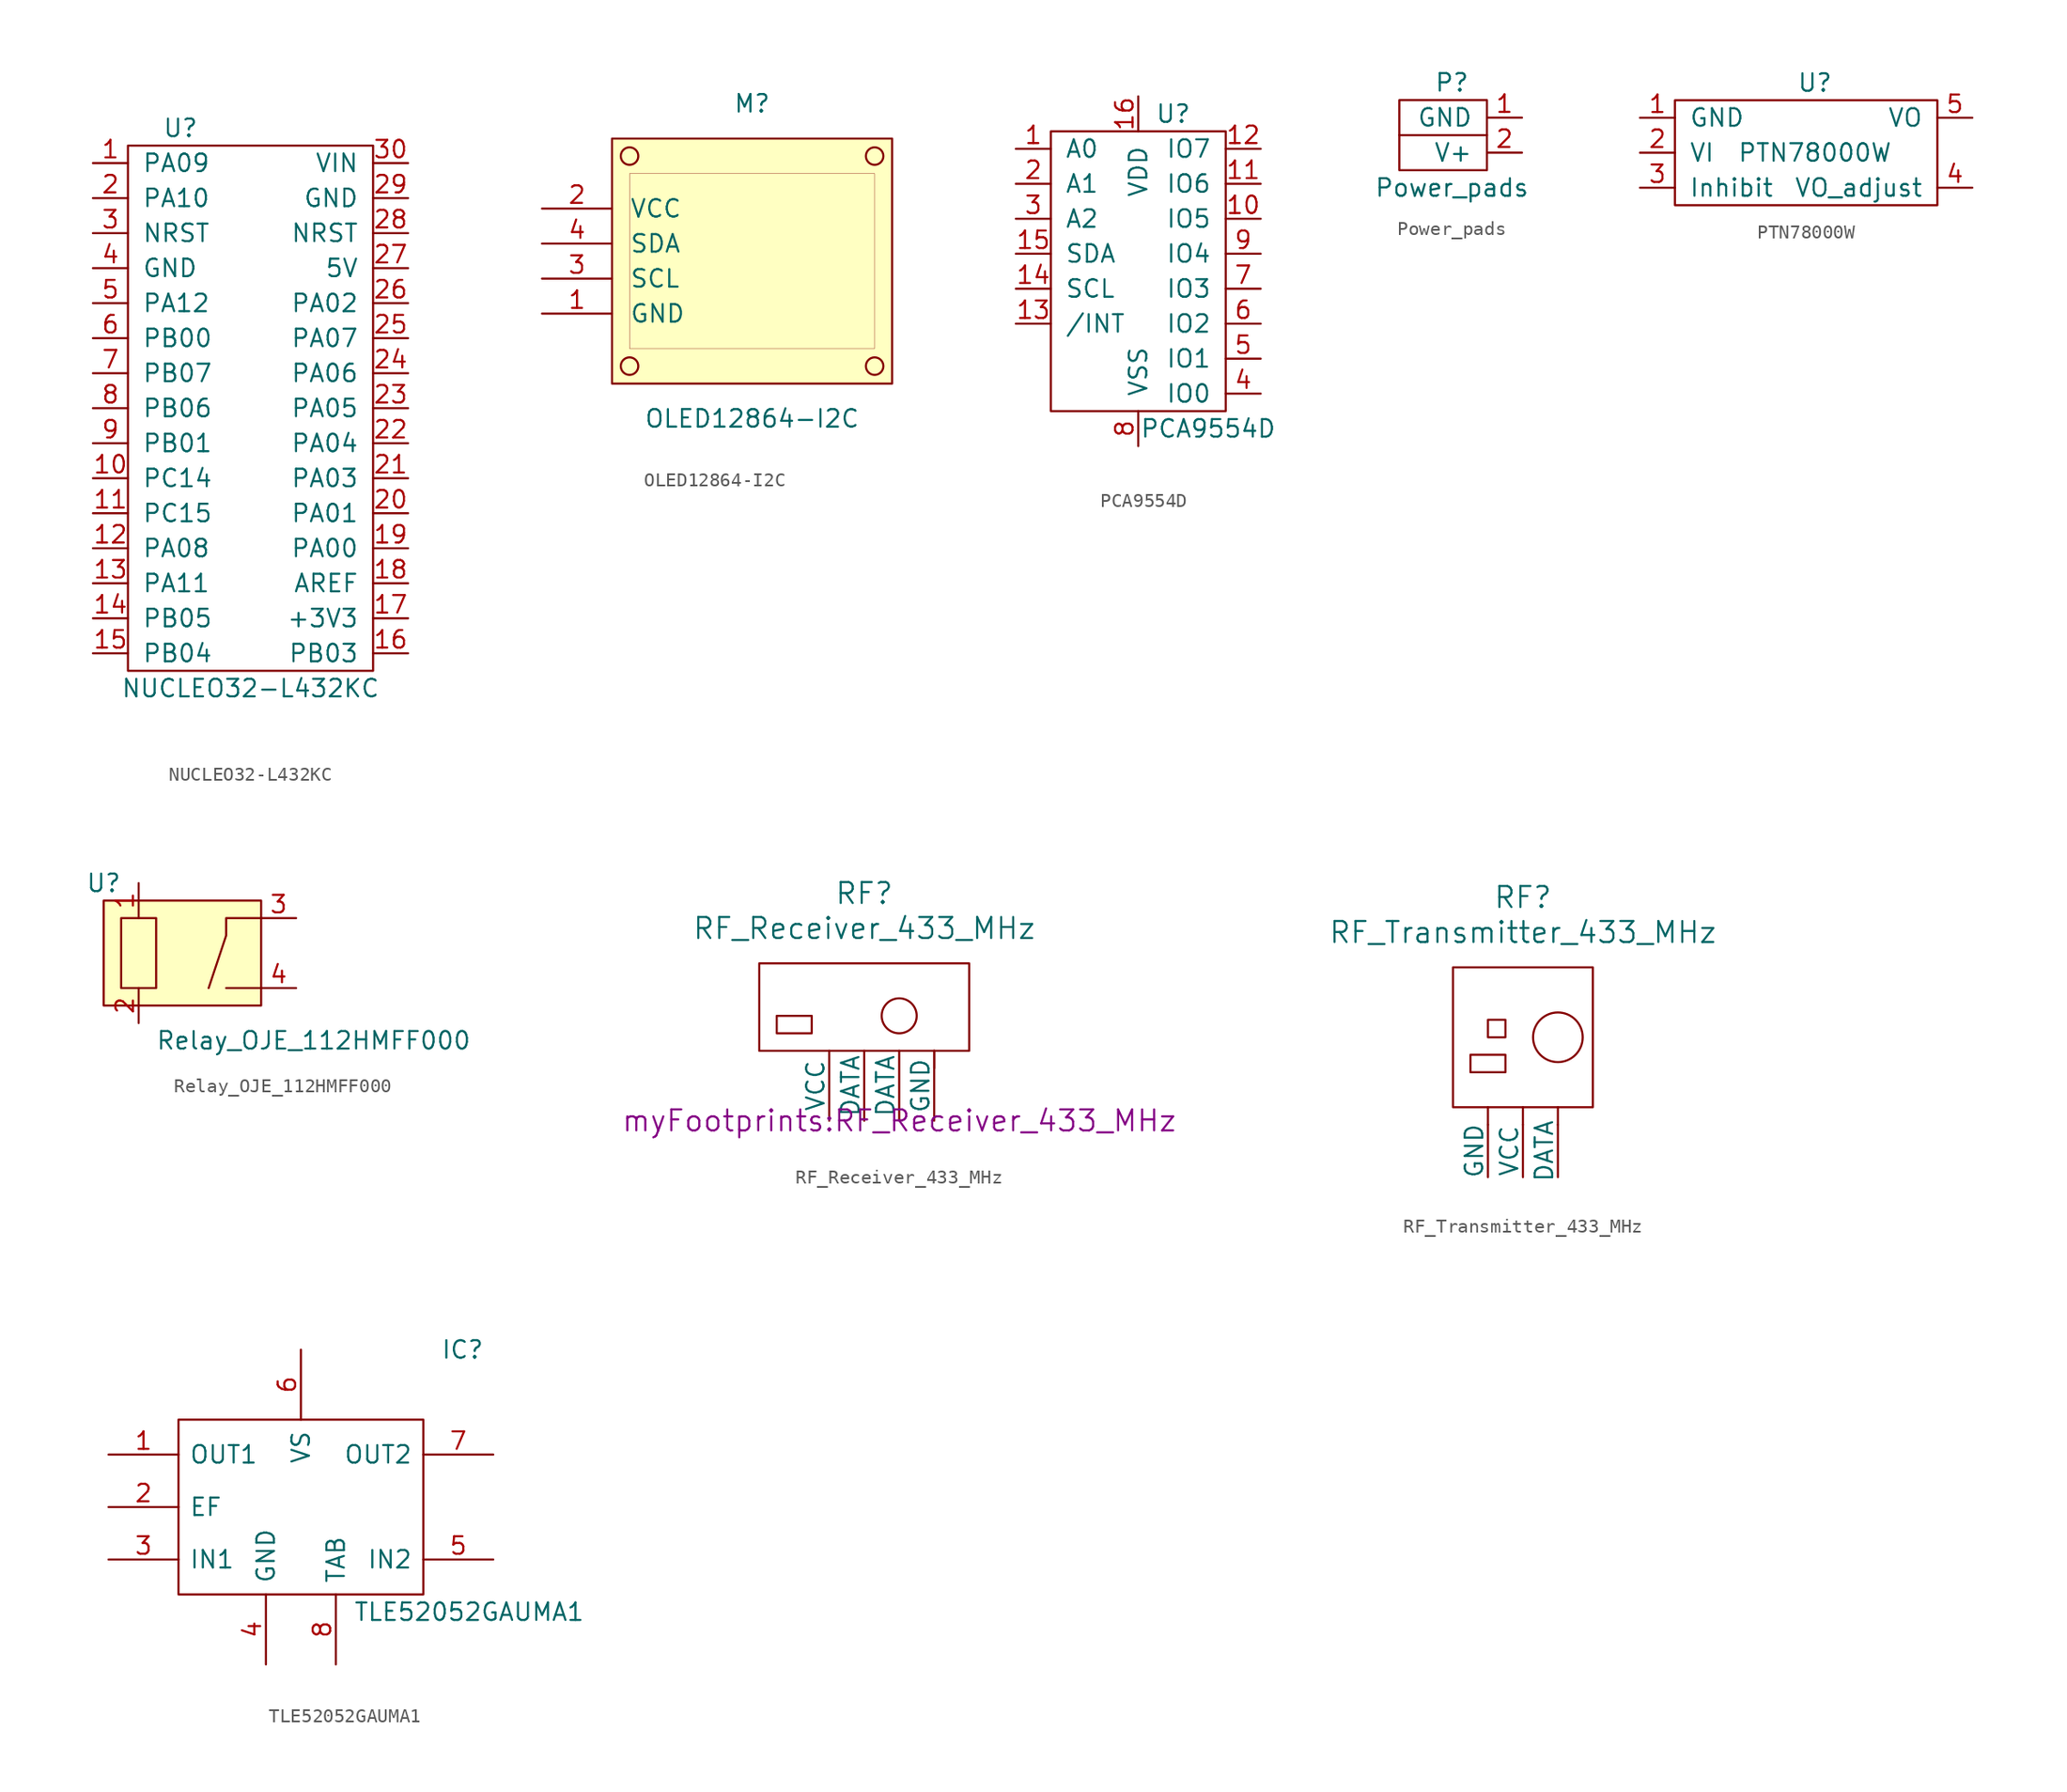
<source format=kicad_sym>
(kicad_symbol_lib
  (version 20220914)
  (generator kicad_symbol_editor)
  (symbol "NUCLEO32-L432KC"
    (pin_names
      (offset 1.016))
    (property "Reference" "U"
      (at -5.08 20.32 0)
      (effects (font (size 1.27 1.27))))
    (property "Value" "NUCLEO32-L432KC"
      (at 0 -20.32 0)
      (effects (font (size 1.27 1.27))))
    (symbol "NUCLEO32-L432KC_0_1"
      (rectangle (start -8.89 19.05) (end 8.89 -19.05) (stroke (width 0) (type default)) (fill (type none))))
    (symbol "NUCLEO32-L432KC_1_1"
      (pin bidirectional line (at -11.43 17.78 0) (length 2.54) (name "PA09" (effects (font (size 1.27 1.27)))) (number "1" (effects (font (size 1.27 1.27)))))
      (pin bidirectional line (at -11.43 -5.08 0) (length 2.54) (name "PC14" (effects (font (size 1.27 1.27)))) (number "10" (effects (font (size 1.27 1.27)))))
      (pin bidirectional line (at -11.43 -7.62 0) (length 2.54) (name "PC15" (effects (font (size 1.27 1.27)))) (number "11" (effects (font (size 1.27 1.27)))))
      (pin bidirectional line (at -11.43 -10.16 0) (length 2.54) (name "PA08" (effects (font (size 1.27 1.27)))) (number "12" (effects (font (size 1.27 1.27)))))
      (pin bidirectional line (at -11.43 -12.7 0) (length 2.54) (name "PA11" (effects (font (size 1.27 1.27)))) (number "13" (effects (font (size 1.27 1.27)))))
      (pin bidirectional line (at -11.43 -15.24 0) (length 2.54) (name "PB05" (effects (font (size 1.27 1.27)))) (number "14" (effects (font (size 1.27 1.27)))))
      (pin bidirectional line (at -11.43 -17.78 0) (length 2.54) (name "PB04" (effects (font (size 1.27 1.27)))) (number "15" (effects (font (size 1.27 1.27)))))
      (pin bidirectional line (at 11.43 -17.78 180) (length 2.54) (name "PB03" (effects (font (size 1.27 1.27)))) (number "16" (effects (font (size 1.27 1.27)))))
      (pin power_in line (at 11.43 -15.24 180) (length 2.54) (name "+3V3" (effects (font (size 1.27 1.27)))) (number "17" (effects (font (size 1.27 1.27)))))
      (pin input line (at 11.43 -12.7 180) (length 2.54) (name "AREF" (effects (font (size 1.27 1.27)))) (number "18" (effects (font (size 1.27 1.27)))))
      (pin bidirectional line (at 11.43 -10.16 180) (length 2.54) (name "PA00" (effects (font (size 1.27 1.27)))) (number "19" (effects (font (size 1.27 1.27)))))
      (pin bidirectional line (at -11.43 15.24 0) (length 2.54) (name "PA10" (effects (font (size 1.27 1.27)))) (number "2" (effects (font (size 1.27 1.27)))))
      (pin bidirectional line (at 11.43 -7.62 180) (length 2.54) (name "PA01" (effects (font (size 1.27 1.27)))) (number "20" (effects (font (size 1.27 1.27)))))
      (pin bidirectional line (at 11.43 -5.08 180) (length 2.54) (name "PA03" (effects (font (size 1.27 1.27)))) (number "21" (effects (font (size 1.27 1.27)))))
      (pin bidirectional line (at 11.43 -2.54 180) (length 2.54) (name "PA04" (effects (font (size 1.27 1.27)))) (number "22" (effects (font (size 1.27 1.27)))))
      (pin bidirectional line (at 11.43 0 180) (length 2.54) (name "PA05" (effects (font (size 1.27 1.27)))) (number "23" (effects (font (size 1.27 1.27)))))
      (pin bidirectional line (at 11.43 2.54 180) (length 2.54) (name "PA06" (effects (font (size 1.27 1.27)))) (number "24" (effects (font (size 1.27 1.27)))))
      (pin bidirectional line (at 11.43 5.08 180) (length 2.54) (name "PA07" (effects (font (size 1.27 1.27)))) (number "25" (effects (font (size 1.27 1.27)))))
      (pin bidirectional line (at 11.43 7.62 180) (length 2.54) (name "PA02" (effects (font (size 1.27 1.27)))) (number "26" (effects (font (size 1.27 1.27)))))
      (pin power_in line (at 11.43 10.16 180) (length 2.54) (name "5V" (effects (font (size 1.27 1.27)))) (number "27" (effects (font (size 1.27 1.27)))))
      (pin input line (at 11.43 12.7 180) (length 2.54) (name "NRST" (effects (font (size 1.27 1.27)))) (number "28" (effects (font (size 1.27 1.27)))))
      (pin power_in line (at 11.43 15.24 180) (length 2.54) (name "GND" (effects (font (size 1.27 1.27)))) (number "29" (effects (font (size 1.27 1.27)))))
      (pin input line (at -11.43 12.7 0) (length 2.54) (name "NRST" (effects (font (size 1.27 1.27)))) (number "3" (effects (font (size 1.27 1.27)))))
      (pin power_in line (at 11.43 17.78 180) (length 2.54) (name "VIN" (effects (font (size 1.27 1.27)))) (number "30" (effects (font (size 1.27 1.27)))))
      (pin power_in line (at -11.43 10.16 0) (length 2.54) (name "GND" (effects (font (size 1.27 1.27)))) (number "4" (effects (font (size 1.27 1.27)))))
      (pin bidirectional line (at -11.43 7.62 0) (length 2.54) (name "PA12" (effects (font (size 1.27 1.27)))) (number "5" (effects (font (size 1.27 1.27)))))
      (pin bidirectional line (at -11.43 5.08 0) (length 2.54) (name "PB00" (effects (font (size 1.27 1.27)))) (number "6" (effects (font (size 1.27 1.27)))))
      (pin bidirectional line (at -11.43 2.54 0) (length 2.54) (name "PB07" (effects (font (size 1.27 1.27)))) (number "7" (effects (font (size 1.27 1.27)))))
      (pin bidirectional line (at -11.43 0 0) (length 2.54) (name "PB06" (effects (font (size 1.27 1.27)))) (number "8" (effects (font (size 1.27 1.27)))))
      (pin bidirectional line (at -11.43 -2.54 0) (length 2.54) (name "PB01" (effects (font (size 1.27 1.27)))) (number "9" (effects (font (size 1.27 1.27)))))))
  (symbol "OLED12864-I2C"
    (pin_names
      (offset 1.27))
    (property "Reference" "M"
      (at 0 10.16 0)
      (effects (font (size 1.27 1.27))))
    (property "Value" "OLED12864-I2C"
      (at 0 -12.7 0)
      (effects (font (size 1.27 1.27))))
    (symbol "OLED12864-I2C_0_0"
      (pin power_in line (at -15.24 -5.08 0) (length 5.08) (name "GND" (effects (font (size 1.27 1.27)))) (number "1" (effects (font (size 1.27 1.27)))))
      (pin power_in line (at -15.24 2.54 0) (length 5.08) (name "VCC" (effects (font (size 1.27 1.27)))) (number "2" (effects (font (size 1.27 1.27)))))
      (pin bidirectional line (at -15.24 -2.54 0) (length 5.08) (name "SCL" (effects (font (size 1.27 1.27)))) (number "3" (effects (font (size 1.27 1.27)))))
      (pin bidirectional line (at -15.24 0 0) (length 5.08) (name "SDA" (effects (font (size 1.27 1.27)))) (number "4" (effects (font (size 1.27 1.27))))))
    (symbol "OLED12864-I2C_0_1"
      (rectangle (start -10.16 7.62) (end 10.16 -10.16) (stroke (width 0.152) (type default)) (fill (type background)))
      (circle (center -8.89 -8.89) (radius 0.635) (stroke (width 0) (type default)) (fill (type none)))
      (rectangle (start -8.89 5.08) (end 8.89 -7.62) (stroke (width 0.025) (type default)) (fill (type none)))
      (circle (center -8.89 6.35) (radius 0.635) (stroke (width 0) (type default)) (fill (type none)))
      (circle (center 8.89 -8.89) (radius 0.635) (stroke (width 0) (type default)) (fill (type none)))
      (circle (center 8.89 6.35) (radius 0.635) (stroke (width 0) (type default)) (fill (type none)))))
  (symbol "PCA9554D"
    (pin_names
      (offset 1.016))
    (property "Reference" "U"
      (at 2.54 11.43 0)
      (effects (font (size 1.27 1.27))))
    (property "Value" "PCA9554D"
      (at 5.08 -11.43 0)
      (effects (font (size 1.27 1.27))))
    (symbol "PCA9554D_0_1"
      (rectangle (start -6.35 10.16) (end 6.35 -10.16) (stroke (width 0) (type default)) (fill (type none))))
    (symbol "PCA9554D_1_1"
      (pin input line (at -8.89 8.89 0) (length 2.54) (name "A0" (effects (font (size 1.27 1.27)))) (number "1" (effects (font (size 1.27 1.27)))))
      (pin bidirectional line (at 8.89 3.81 180) (length 2.54) (name "IO5" (effects (font (size 1.27 1.27)))) (number "10" (effects (font (size 1.27 1.27)))))
      (pin bidirectional line (at 8.89 6.35 180) (length 2.54) (name "IO6" (effects (font (size 1.27 1.27)))) (number "11" (effects (font (size 1.27 1.27)))))
      (pin bidirectional line (at 8.89 8.89 180) (length 2.54) (name "IO7" (effects (font (size 1.27 1.27)))) (number "12" (effects (font (size 1.27 1.27)))))
      (pin output line (at -8.89 -3.81 0) (length 2.54) (name "/INT" (effects (font (size 1.27 1.27)))) (number "13" (effects (font (size 1.27 1.27)))))
      (pin open_collector line (at -8.89 -1.27 0) (length 2.54) (name "SCL" (effects (font (size 1.27 1.27)))) (number "14" (effects (font (size 1.27 1.27)))))
      (pin open_collector line (at -8.89 1.27 0) (length 2.54) (name "SDA" (effects (font (size 1.27 1.27)))) (number "15" (effects (font (size 1.27 1.27)))))
      (pin power_in line (at 0 12.7 270) (length 2.54) (name "VDD" (effects (font (size 1.27 1.27)))) (number "16" (effects (font (size 1.27 1.27)))))
      (pin input line (at -8.89 6.35 0) (length 2.54) (name "A1" (effects (font (size 1.27 1.27)))) (number "2" (effects (font (size 1.27 1.27)))))
      (pin input line (at -8.89 3.81 0) (length 2.54) (name "A2" (effects (font (size 1.27 1.27)))) (number "3" (effects (font (size 1.27 1.27)))))
      (pin bidirectional line (at 8.89 -8.89 180) (length 2.54) (name "IO0" (effects (font (size 1.27 1.27)))) (number "4" (effects (font (size 1.27 1.27)))))
      (pin bidirectional line (at 8.89 -6.35 180) (length 2.54) (name "IO1" (effects (font (size 1.27 1.27)))) (number "5" (effects (font (size 1.27 1.27)))))
      (pin bidirectional line (at 8.89 -3.81 180) (length 2.54) (name "IO2" (effects (font (size 1.27 1.27)))) (number "6" (effects (font (size 1.27 1.27)))))
      (pin bidirectional line (at 8.89 -1.27 180) (length 2.54) (name "IO3" (effects (font (size 1.27 1.27)))) (number "7" (effects (font (size 1.27 1.27)))))
      (pin power_in line (at 0 -12.7 90) (length 2.54) (name "VSS" (effects (font (size 1.27 1.27)))) (number "8" (effects (font (size 1.27 1.27)))))
      (pin bidirectional line (at 8.89 1.27 180) (length 2.54) (name "IO4" (effects (font (size 1.27 1.27)))) (number "9" (effects (font (size 1.27 1.27)))))))
  (symbol "Power_pads"
    (pin_names
      (offset 1.016))
    (property "Reference" "P"
      (at -1.27 6.35 0)
      (effects (font (size 1.27 1.27))))
    (property "Value" "Power_pads"
      (at -1.27 -1.27 0)
      (effects (font (size 1.27 1.27))))
    (symbol "Power_pads_0_1"
      (polyline (pts (xy 1.27 2.54) (xy -5.08 2.54)) (stroke (width 0) (type default)) (fill (type none)))
      (rectangle (start 1.27 5.08) (end -5.08 0) (stroke (width 0) (type default)) (fill (type none))))
    (symbol "Power_pads_1_1"
      (pin power_in line (at 3.81 3.81 180) (length 2.54) (name "GND" (effects (font (size 1.27 1.27)))) (number "1" (effects (font (size 1.27 1.27)))))
      (pin power_in line (at 3.81 1.27 180) (length 2.54) (name "V+" (effects (font (size 1.27 1.27)))) (number "2" (effects (font (size 1.27 1.27)))))))
  (symbol "PTN78000W"
    (pin_names
      (offset 1.016))
    (property "Reference" "U"
      (at 1.27 5.08 0)
      (effects (font (size 1.27 1.27))))
    (property "Value" "PTN78000W"
      (at 1.27 0 0)
      (effects (font (size 1.27 1.27))))
    (symbol "PTN78000W_0_1"
      (rectangle (start -8.89 3.81) (end 10.16 -3.81) (stroke (width 0) (type default)) (fill (type none))))
    (symbol "PTN78000W_1_1"
      (pin input line (at -11.43 2.54 0) (length 2.54) (name "GND" (effects (font (size 1.27 1.27)))) (number "1" (effects (font (size 1.27 1.27)))))
      (pin input line (at -11.43 0 0) (length 2.54) (name "VI" (effects (font (size 1.27 1.27)))) (number "2" (effects (font (size 1.27 1.27)))))
      (pin input line (at -11.43 -2.54 0) (length 2.54) (name "Inhibit" (effects (font (size 1.27 1.27)))) (number "3" (effects (font (size 1.27 1.27)))))
      (pin input line (at 12.7 -2.54 180) (length 2.54) (name "VO_adjust" (effects (font (size 1.27 1.27)))) (number "4" (effects (font (size 1.27 1.27)))))
      (pin input line (at 12.7 2.54 180) (length 2.54) (name "VO" (effects (font (size 1.27 1.27)))) (number "5" (effects (font (size 1.27 1.27)))))))
  (symbol "Relay_OJE_112HMFF000"
    (property "Reference" "U"
      (at -5.08 5.08 0)
      (effects (font (size 1.27 1.27))))
    (property "Value" "Relay_OJE_112HMFF000"
      (at 10.16 -6.35 0)
      (effects (font (size 1.27 1.27))))
    (symbol "Relay_OJE_112HMFF000_0_1"
      (rectangle (start -5.08 3.81) (end 6.35 -3.81) (stroke (width 0) (type default)) (fill (type background)))
      (rectangle (start -3.81 2.54) (end -1.27 -2.54) (stroke (width 0) (type default)) (fill (type none)))
      (polyline (pts (xy 6.35 -2.54) (xy 3.81 -2.54)) (stroke (width 0) (type default)) (fill (type none)))
      (polyline (pts (xy 6.35 2.54) (xy 3.81 2.54) (xy 3.81 1.27) (xy 2.54 -2.54)) (stroke (width 0) (type default)) (fill (type none))))
    (symbol "Relay_OJE_112HMFF000_1_1"
      (pin input line (at -2.54 5.08 270) (length 2.54) (name "" (effects (font (size 1.27 1.27)))) (number "1" (effects (font (size 1.27 1.27)))))
      (pin input line (at -2.54 -5.08 90) (length 2.54) (name "" (effects (font (size 1.27 1.27)))) (number "2" (effects (font (size 1.27 1.27)))))
      (pin input line (at 8.89 2.54 180) (length 2.54) (name "" (effects (font (size 1.27 1.27)))) (number "3" (effects (font (size 1.27 1.27)))))
      (pin input line (at 8.89 -2.54 180) (length 2.54) (name "" (effects (font (size 1.27 1.27)))) (number "4" (effects (font (size 1.27 1.27)))))))
  (symbol "RF_Receiver_433_MHz"
    (pin_numbers hide)
    (pin_names
      (offset 0))
    (property "Reference" "RF"
      (at 0 16.51 0)
      (effects (font (size 1.524 1.524))))
    (property "Value" "RF_Receiver_433_MHz"
      (at 0 13.97 0)
      (effects (font (size 1.524 1.524))))
    (property "Footprint" "myFootprints:RF_Receiver_433_MHz"
      (at 2.54 0 0)
      (effects (font (size 1.524 1.524))))
    (property "Datasheet" ""
      (at 2.54 0 0)
      (effects (font (size 1.524 1.524))))
    (symbol "RF_Receiver_433_MHz_0_1"
      (rectangle (start -7.62 5.08) (end 7.62 11.43) (stroke (width 0) (type default)) (fill (type none)))
      (rectangle (start -6.35 7.62) (end -3.81 6.35) (stroke (width 0) (type default)) (fill (type none)))
      (polyline (pts (xy 5.08 3.81) (xy 5.08 5.08)) (stroke (width 0) (type default)) (fill (type none)))
      (circle (center 2.54 7.62) (radius 1.27) (stroke (width 0) (type default)) (fill (type none))))
    (symbol "RF_Receiver_433_MHz_1_1"
      (pin power_in line (at 5.08 0 90) (length 5.08) (name "GND" (effects (font (size 1.27 1.27)))) (number "1" (effects (font (size 1.27 1.27)))))
      (pin output line (at 2.54 0 90) (length 5.08) (name "DATA" (effects (font (size 1.27 1.27)))) (number "2" (effects (font (size 1.27 1.27)))))
      (pin output line (at 0 0 90) (length 5.08) (name "DATA" (effects (font (size 1.27 1.27)))) (number "3" (effects (font (size 1.27 1.27)))))
      (pin power_in line (at -2.54 0 90) (length 5.08) (name "VCC" (effects (font (size 1.27 1.27)))) (number "4" (effects (font (size 1.27 1.27)))))))
  (symbol "RF_Transmitter_433_MHz"
    (pin_numbers hide)
    (pin_names
      (offset 0))
    (property "Reference" "RF"
      (at 0 20.32 0)
      (effects (font (size 1.524 1.524))))
    (property "Value" "RF_Transmitter_433_MHz"
      (at 0 17.78 0)
      (effects (font (size 1.524 1.524))))
    (property "Datasheet" ""
      (at 0 0 0)
      (effects (font (size 1.524 1.524))))
    (symbol "RF_Transmitter_433_MHz_0_1"
      (rectangle (start -5.08 5.08) (end 5.08 15.24) (stroke (width 0) (type default)) (fill (type none)))
      (rectangle (start -1.27 8.89) (end -3.81 7.62) (stroke (width 0) (type default)) (fill (type none)))
      (rectangle (start -1.27 11.43) (end -2.54 10.16) (stroke (width 0) (type default)) (fill (type none)))
      (polyline (pts (xy -2.54 3.81) (xy -2.54 5.08)) (stroke (width 0) (type default)) (fill (type none)))
      (polyline (pts (xy 0 3.81) (xy 0 5.08)) (stroke (width 0) (type default)) (fill (type none)))
      (polyline (pts (xy 2.54 3.81) (xy 2.54 5.08)) (stroke (width 0) (type default)) (fill (type none)))
      (circle (center 2.54 10.16) (radius 1.803) (stroke (width 0) (type default)) (fill (type none))))
    (symbol "RF_Transmitter_433_MHz_1_1"
      (pin power_in line (at -2.54 0 90) (length 3.81) (name "GND" (effects (font (size 1.27 1.27)))) (number "1" (effects (font (size 1.27 1.27)))))
      (pin power_in line (at 0 0 90) (length 3.81) (name "VCC" (effects (font (size 1.27 1.27)))) (number "2" (effects (font (size 1.27 1.27)))))
      (pin input line (at 2.54 0 90) (length 3.81) (name "DATA" (effects (font (size 1.27 1.27)))) (number "3" (effects (font (size 1.27 1.27)))))))
  (symbol "TLE52052GAUMA1"
    (pin_names
      (offset 0.762))
    (property "Reference" "IC"
      (at 10.16 11.43 0)
      (effects (font (size 1.27 1.27)) (justify left)))
    (property "Value" "TLE52052GAUMA1"
      (at 3.81 -7.62 0)
      (effects (font (size 1.27 1.27)) (justify left)))
    (symbol "TLE52052GAUMA1_0_0"
      (pin bidirectional line (at -13.97 3.81 0) (length 5.08) (name "OUT1" (effects (font (size 1.27 1.27)))) (number "1" (effects (font (size 1.27 1.27)))))
      (pin bidirectional line (at -13.97 0 0) (length 5.08) (name "EF" (effects (font (size 1.27 1.27)))) (number "2" (effects (font (size 1.27 1.27)))))
      (pin bidirectional line (at -13.97 -3.81 0) (length 5.08) (name "IN1" (effects (font (size 1.27 1.27)))) (number "3" (effects (font (size 1.27 1.27)))))
      (pin power_in line (at -2.54 -11.43 90) (length 5.08) (name "GND" (effects (font (size 1.27 1.27)))) (number "4" (effects (font (size 1.27 1.27)))))
      (pin bidirectional line (at 13.97 -3.81 180) (length 5.08) (name "IN2" (effects (font (size 1.27 1.27)))) (number "5" (effects (font (size 1.27 1.27)))))
      (pin power_in line (at 0 11.43 270) (length 5.08) (name "VS" (effects (font (size 1.27 1.27)))) (number "6" (effects (font (size 1.27 1.27)))))
      (pin bidirectional line (at 13.97 3.81 180) (length 5.08) (name "OUT2" (effects (font (size 1.27 1.27)))) (number "7" (effects (font (size 1.27 1.27)))))
      (pin power_in line (at 2.54 -11.43 90) (length 5.08) (name "TAB" (effects (font (size 1.27 1.27)))) (number "8" (effects (font (size 1.27 1.27))))))
    (symbol "TLE52052GAUMA1_0_1"
      (polyline (pts (xy -8.89 6.35) (xy 8.89 6.35) (xy 8.89 -6.35) (xy -8.89 -6.35) (xy -8.89 6.35)) (stroke (width 0.152) (type default)) (fill (type none))))))
</source>
